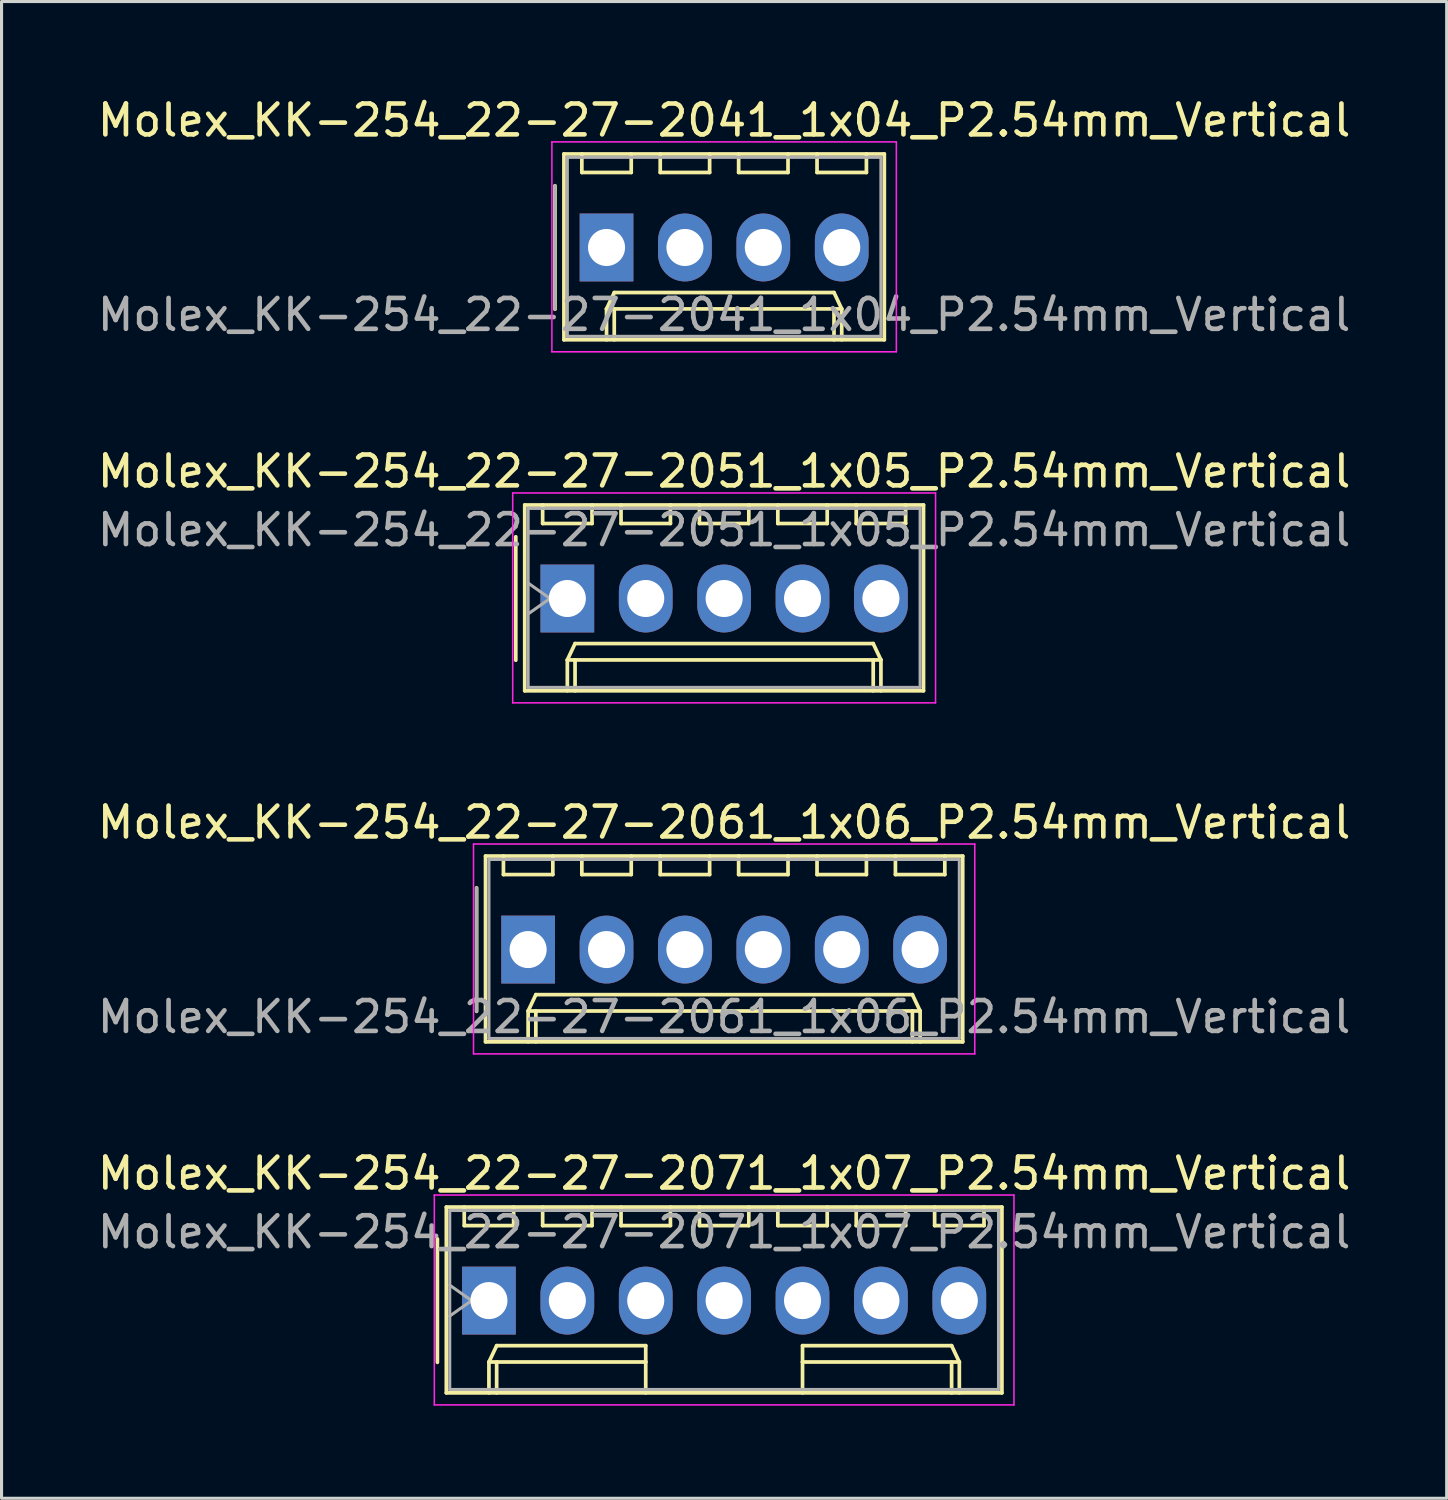
<source format=kicad_pcb>
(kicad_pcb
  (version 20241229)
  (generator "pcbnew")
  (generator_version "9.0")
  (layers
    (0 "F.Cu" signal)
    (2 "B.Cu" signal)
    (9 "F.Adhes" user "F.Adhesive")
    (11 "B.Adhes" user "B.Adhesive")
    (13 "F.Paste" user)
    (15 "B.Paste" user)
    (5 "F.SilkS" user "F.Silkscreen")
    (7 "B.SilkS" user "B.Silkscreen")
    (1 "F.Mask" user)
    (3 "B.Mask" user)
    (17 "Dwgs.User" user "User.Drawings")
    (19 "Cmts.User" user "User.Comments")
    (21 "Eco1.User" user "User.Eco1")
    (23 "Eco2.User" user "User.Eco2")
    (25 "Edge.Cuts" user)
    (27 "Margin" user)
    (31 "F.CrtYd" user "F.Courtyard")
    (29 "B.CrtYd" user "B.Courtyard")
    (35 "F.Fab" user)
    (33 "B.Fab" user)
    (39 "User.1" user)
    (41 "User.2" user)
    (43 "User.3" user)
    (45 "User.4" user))
  (footprint "Molex_KK-254_22-27-2071_1x07_P2.54mm_Vertical"
    (layer "F.Cu")
    (at 12.791 39.088)
    (property "Reference" "Molex_KK-254_22-27-2071_1x07_P2.54mm_Vertical" (at 7.62 -4.12 0) (layer "F.SilkS") (effects (font (size 1 1) (thickness 0.15))))
    (attr through_hole)
    (fp_line (start -1.67 -2) (end -1.67 2) (stroke (width 0.12) (type solid)) (layer "F.SilkS"))
    (fp_line (start -1.38 -3.03) (end -1.38 2.99) (stroke (width 0.12) (type solid)) (layer "F.SilkS"))
    (fp_line (start -1.38 2.99) (end 16.62 2.99) (stroke (width 0.12) (type solid)) (layer "F.SilkS"))
    (fp_line (start -0.8 -3.03) (end -0.8 -2.43) (stroke (width 0.12) (type solid)) (layer "F.SilkS"))
    (fp_line (start -0.8 -2.43) (end 0.8 -2.43) (stroke (width 0.12) (type solid)) (layer "F.SilkS"))
    (fp_line (start 0 1.99) (end 0.25 1.46) (stroke (width 0.12) (type solid)) (layer "F.SilkS"))
    (fp_line (start 0 1.99) (end 5.08 1.99) (stroke (width 0.12) (type solid)) (layer "F.SilkS"))
    (fp_line (start 0 2.99) (end 0 1.99) (stroke (width 0.12) (type solid)) (layer "F.SilkS"))
    (fp_line (start 0.25 1.46) (end 5.08 1.46) (stroke (width 0.12) (type solid)) (layer "F.SilkS"))
    (fp_line (start 0.25 2.99) (end 0.25 1.99) (stroke (width 0.12) (type solid)) (layer "F.SilkS"))
    (fp_line (start 0.8 -2.43) (end 0.8 -3.03) (stroke (width 0.12) (type solid)) (layer "F.SilkS"))
    (fp_line (start 1.74 -3.03) (end 1.74 -2.43) (stroke (width 0.12) (type solid)) (layer "F.SilkS"))
    (fp_line (start 1.74 -2.43) (end 3.34 -2.43) (stroke (width 0.12) (type solid)) (layer "F.SilkS"))
    (fp_line (start 3.34 -2.43) (end 3.34 -3.03) (stroke (width 0.12) (type solid)) (layer "F.SilkS"))
    (fp_line (start 4.28 -3.03) (end 4.28 -2.43) (stroke (width 0.12) (type solid)) (layer "F.SilkS"))
    (fp_line (start 4.28 -2.43) (end 5.88 -2.43) (stroke (width 0.12) (type solid)) (layer "F.SilkS"))
    (fp_line (start 5.08 1.46) (end 5.08 1.99) (stroke (width 0.12) (type solid)) (layer "F.SilkS"))
    (fp_line (start 5.08 1.99) (end 5.08 2.99) (stroke (width 0.12) (type solid)) (layer "F.SilkS"))
    (fp_line (start 5.88 -2.43) (end 5.88 -3.03) (stroke (width 0.12) (type solid)) (layer "F.SilkS"))
    (fp_line (start 6.82 -3.03) (end 6.82 -2.43) (stroke (width 0.12) (type solid)) (layer "F.SilkS"))
    (fp_line (start 6.82 -2.43) (end 8.42 -2.43) (stroke (width 0.12) (type solid)) (layer "F.SilkS"))
    (fp_line (start 8.42 -2.43) (end 8.42 -3.03) (stroke (width 0.12) (type solid)) (layer "F.SilkS"))
    (fp_line (start 9.36 -3.03) (end 9.36 -2.43) (stroke (width 0.12) (type solid)) (layer "F.SilkS"))
    (fp_line (start 9.36 -2.43) (end 10.96 -2.43) (stroke (width 0.12) (type solid)) (layer "F.SilkS"))
    (fp_line (start 10.16 1.46) (end 10.16 1.99) (stroke (width 0.12) (type solid)) (layer "F.SilkS"))
    (fp_line (start 10.16 1.99) (end 10.16 2.99) (stroke (width 0.12) (type solid)) (layer "F.SilkS"))
    (fp_line (start 10.96 -2.43) (end 10.96 -3.03) (stroke (width 0.12) (type solid)) (layer "F.SilkS"))
    (fp_line (start 11.9 -3.03) (end 11.9 -2.43) (stroke (width 0.12) (type solid)) (layer "F.SilkS"))
    (fp_line (start 11.9 -2.43) (end 13.5 -2.43) (stroke (width 0.12) (type solid)) (layer "F.SilkS"))
    (fp_line (start 13.5 -2.43) (end 13.5 -3.03) (stroke (width 0.12) (type solid)) (layer "F.SilkS"))
    (fp_line (start 14.44 -3.03) (end 14.44 -2.43) (stroke (width 0.12) (type solid)) (layer "F.SilkS"))
    (fp_line (start 14.44 -2.43) (end 16.04 -2.43) (stroke (width 0.12) (type solid)) (layer "F.SilkS"))
    (fp_line (start 14.99 1.46) (end 10.16 1.46) (stroke (width 0.12) (type solid)) (layer "F.SilkS"))
    (fp_line (start 14.99 2.99) (end 14.99 1.99) (stroke (width 0.12) (type solid)) (layer "F.SilkS"))
    (fp_line (start 15.24 1.99) (end 10.16 1.99) (stroke (width 0.12) (type solid)) (layer "F.SilkS"))
    (fp_line (start 15.24 1.99) (end 14.99 1.46) (stroke (width 0.12) (type solid)) (layer "F.SilkS"))
    (fp_line (start 15.24 2.99) (end 15.24 1.99) (stroke (width 0.12) (type solid)) (layer "F.SilkS"))
    (fp_line (start 16.04 -2.43) (end 16.04 -3.03) (stroke (width 0.12) (type solid)) (layer "F.SilkS"))
    (fp_line (start 16.62 -3.03) (end -1.38 -3.03) (stroke (width 0.12) (type solid)) (layer "F.SilkS"))
    (fp_line (start 16.62 2.99) (end 16.62 -3.03) (stroke (width 0.12) (type solid)) (layer "F.SilkS"))
    (fp_line (start -1.77 -3.42) (end -1.77 3.38) (stroke (width 0.05) (type solid)) (layer "F.CrtYd"))
    (fp_line (start -1.77 3.38) (end 17.01 3.38) (stroke (width 0.05) (type solid)) (layer "F.CrtYd"))
    (fp_line (start 17.01 -3.42) (end -1.77 -3.42) (stroke (width 0.05) (type solid)) (layer "F.CrtYd"))
    (fp_line (start 17.01 3.38) (end 17.01 -3.42) (stroke (width 0.05) (type solid)) (layer "F.CrtYd"))
    (fp_line (start -1.27 -2.92) (end -1.27 2.88) (stroke (width 0.1) (type solid)) (layer "F.Fab"))
    (fp_line (start -1.27 -0.5) (end -0.563 0) (stroke (width 0.1) (type solid)) (layer "F.Fab"))
    (fp_line (start -1.27 2.88) (end 16.51 2.88) (stroke (width 0.1) (type solid)) (layer "F.Fab"))
    (fp_line (start -0.563 0) (end -1.27 0.5) (stroke (width 0.1) (type solid)) (layer "F.Fab"))
    (fp_line (start 16.51 -2.92) (end -1.27 -2.92) (stroke (width 0.1) (type solid)) (layer "F.Fab"))
    (fp_line (start 16.51 2.88) (end 16.51 -2.92) (stroke (width 0.1) (type solid)) (layer "F.Fab"))
    (fp_text user "${REFERENCE}" (at 7.62 -2.22 0) (layer "F.Fab") (effects (font (size 1 1) (thickness 0.15))))
    (pad "1" thru_hole rect (at 0 0) (size 1.74 2.2) (drill 1.2) (layers "*.Cu" "*.Mask"))
    (pad "2" thru_hole oval (at 2.54 0) (size 1.74 2.2) (drill 1.2) (layers "*.Cu" "*.Mask"))
    (pad "3" thru_hole oval (at 5.08 0) (size 1.74 2.2) (drill 1.2) (layers "*.Cu" "*.Mask"))
    (pad "4" thru_hole oval (at 7.62 0) (size 1.74 2.2) (drill 1.2) (layers "*.Cu" "*.Mask"))
    (pad "5" thru_hole oval (at 10.16 0) (size 1.74 2.2) (drill 1.2) (layers "*.Cu" "*.Mask"))
    (pad "6" thru_hole oval (at 12.7 0) (size 1.74 2.2) (drill 1.2) (layers "*.Cu" "*.Mask"))
    (pad "7" thru_hole oval (at 15.24 0) (size 1.74 2.2) (drill 1.2) (layers "*.Cu" "*.Mask")))
  (footprint "Molex_KK-254_22-27-2061_1x06_P2.54mm_Vertical"
    (layer "F.Cu")
    (at 14.061 27.715)
    (property "Reference" "Molex_KK-254_22-27-2061_1x06_P2.54mm_Vertical" (at 6.35 -4.12 0) (layer "F.SilkS") (effects (font (size 1 1) (thickness 0.15))))
    (attr through_hole)
    (fp_line (start -1.67 -2) (end -1.67 2) (stroke (width 0.12) (type solid)) (layer "F.SilkS"))
    (fp_line (start -1.38 -3.03) (end -1.38 2.99) (stroke (width 0.12) (type solid)) (layer "F.SilkS"))
    (fp_line (start -1.38 2.99) (end 14.08 2.99) (stroke (width 0.12) (type solid)) (layer "F.SilkS"))
    (fp_line (start -0.8 -3.03) (end -0.8 -2.43) (stroke (width 0.12) (type solid)) (layer "F.SilkS"))
    (fp_line (start -0.8 -2.43) (end 0.8 -2.43) (stroke (width 0.12) (type solid)) (layer "F.SilkS"))
    (fp_line (start 0 1.99) (end 0.25 1.46) (stroke (width 0.12) (type solid)) (layer "F.SilkS"))
    (fp_line (start 0 1.99) (end 12.7 1.99) (stroke (width 0.12) (type solid)) (layer "F.SilkS"))
    (fp_line (start 0 2.99) (end 0 1.99) (stroke (width 0.12) (type solid)) (layer "F.SilkS"))
    (fp_line (start 0.25 1.46) (end 12.45 1.46) (stroke (width 0.12) (type solid)) (layer "F.SilkS"))
    (fp_line (start 0.25 2.99) (end 0.25 1.99) (stroke (width 0.12) (type solid)) (layer "F.SilkS"))
    (fp_line (start 0.8 -2.43) (end 0.8 -3.03) (stroke (width 0.12) (type solid)) (layer "F.SilkS"))
    (fp_line (start 1.74 -3.03) (end 1.74 -2.43) (stroke (width 0.12) (type solid)) (layer "F.SilkS"))
    (fp_line (start 1.74 -2.43) (end 3.34 -2.43) (stroke (width 0.12) (type solid)) (layer "F.SilkS"))
    (fp_line (start 3.34 -2.43) (end 3.34 -3.03) (stroke (width 0.12) (type solid)) (layer "F.SilkS"))
    (fp_line (start 4.28 -3.03) (end 4.28 -2.43) (stroke (width 0.12) (type solid)) (layer "F.SilkS"))
    (fp_line (start 4.28 -2.43) (end 5.88 -2.43) (stroke (width 0.12) (type solid)) (layer "F.SilkS"))
    (fp_line (start 5.88 -2.43) (end 5.88 -3.03) (stroke (width 0.12) (type solid)) (layer "F.SilkS"))
    (fp_line (start 6.82 -3.03) (end 6.82 -2.43) (stroke (width 0.12) (type solid)) (layer "F.SilkS"))
    (fp_line (start 6.82 -2.43) (end 8.42 -2.43) (stroke (width 0.12) (type solid)) (layer "F.SilkS"))
    (fp_line (start 8.42 -2.43) (end 8.42 -3.03) (stroke (width 0.12) (type solid)) (layer "F.SilkS"))
    (fp_line (start 9.36 -3.03) (end 9.36 -2.43) (stroke (width 0.12) (type solid)) (layer "F.SilkS"))
    (fp_line (start 9.36 -2.43) (end 10.96 -2.43) (stroke (width 0.12) (type solid)) (layer "F.SilkS"))
    (fp_line (start 10.96 -2.43) (end 10.96 -3.03) (stroke (width 0.12) (type solid)) (layer "F.SilkS"))
    (fp_line (start 11.9 -3.03) (end 11.9 -2.43) (stroke (width 0.12) (type solid)) (layer "F.SilkS"))
    (fp_line (start 11.9 -2.43) (end 13.5 -2.43) (stroke (width 0.12) (type solid)) (layer "F.SilkS"))
    (fp_line (start 12.45 1.46) (end 12.7 1.99) (stroke (width 0.12) (type solid)) (layer "F.SilkS"))
    (fp_line (start 12.45 2.99) (end 12.45 1.99) (stroke (width 0.12) (type solid)) (layer "F.SilkS"))
    (fp_line (start 12.7 1.99) (end 12.7 2.99) (stroke (width 0.12) (type solid)) (layer "F.SilkS"))
    (fp_line (start 13.5 -2.43) (end 13.5 -3.03) (stroke (width 0.12) (type solid)) (layer "F.SilkS"))
    (fp_line (start 14.08 -3.03) (end -1.38 -3.03) (stroke (width 0.12) (type solid)) (layer "F.SilkS"))
    (fp_line (start 14.08 2.99) (end 14.08 -3.03) (stroke (width 0.12) (type solid)) (layer "F.SilkS"))
    (fp_line (start -1.77 -3.42) (end -1.77 3.38) (stroke (width 0.05) (type solid)) (layer "F.CrtYd"))
    (fp_line (start -1.77 3.38) (end 14.47 3.38) (stroke (width 0.05) (type solid)) (layer "F.CrtYd"))
    (fp_line (start 14.47 -3.42) (end -1.77 -3.42) (stroke (width 0.05) (type solid)) (layer "F.CrtYd"))
    (fp_line (start 14.47 3.38) (end 14.47 -3.42) (stroke (width 0.05) (type solid)) (layer "F.CrtYd"))
    (fp_line (start -1.67 -2) (end -1.67 2) (stroke (width 0.1) (type solid)) (layer "F.Fab"))
    (fp_line (start -1.27 -2.92) (end -1.27 2.88) (stroke (width 0.1) (type solid)) (layer "F.Fab"))
    (fp_line (start -1.27 2.88) (end 13.97 2.88) (stroke (width 0.1) (type solid)) (layer "F.Fab"))
    (fp_line (start 13.97 -2.92) (end -1.27 -2.92) (stroke (width 0.1) (type solid)) (layer "F.Fab"))
    (fp_line (start 13.97 2.88) (end 13.97 -2.92) (stroke (width 0.1) (type solid)) (layer "F.Fab"))
    (fp_text user "${REFERENCE}" (at 6.35 2.18 0) (layer "F.Fab") (effects (font (size 1 1) (thickness 0.15))))
    (pad "1" thru_hole rect (at 0 0) (size 1.74 2.2) (drill 1.2) (layers "*.Cu" "*.Mask"))
    (pad "2" thru_hole oval (at 2.54 0) (size 1.74 2.2) (drill 1.2) (layers "*.Cu" "*.Mask"))
    (pad "3" thru_hole oval (at 5.08 0) (size 1.74 2.2) (drill 1.2) (layers "*.Cu" "*.Mask"))
    (pad "4" thru_hole oval (at 7.62 0) (size 1.74 2.2) (drill 1.2) (layers "*.Cu" "*.Mask"))
    (pad "5" thru_hole oval (at 10.16 0) (size 1.74 2.2) (drill 1.2) (layers "*.Cu" "*.Mask"))
    (pad "6" thru_hole oval (at 12.7 0) (size 1.74 2.2) (drill 1.2) (layers "*.Cu" "*.Mask")))
  (footprint "Molex_KK-254_22-27-2051_1x05_P2.54mm_Vertical"
    (layer "F.Cu")
    (at 15.331 16.341)
    (property "Reference" "Molex_KK-254_22-27-2051_1x05_P2.54mm_Vertical" (at 5.08 -4.12 0) (layer "F.SilkS") (effects (font (size 1 1) (thickness 0.15))))
    (attr through_hole)
    (fp_line (start -1.67 -2) (end -1.67 2) (stroke (width 0.12) (type solid)) (layer "F.SilkS"))
    (fp_line (start -1.38 -3.03) (end -1.38 2.99) (stroke (width 0.12) (type solid)) (layer "F.SilkS"))
    (fp_line (start -1.38 2.99) (end 11.54 2.99) (stroke (width 0.12) (type solid)) (layer "F.SilkS"))
    (fp_line (start -0.8 -3.03) (end -0.8 -2.43) (stroke (width 0.12) (type solid)) (layer "F.SilkS"))
    (fp_line (start -0.8 -2.43) (end 0.8 -2.43) (stroke (width 0.12) (type solid)) (layer "F.SilkS"))
    (fp_line (start 0 1.99) (end 0.25 1.46) (stroke (width 0.12) (type solid)) (layer "F.SilkS"))
    (fp_line (start 0 1.99) (end 10.16 1.99) (stroke (width 0.12) (type solid)) (layer "F.SilkS"))
    (fp_line (start 0 2.99) (end 0 1.99) (stroke (width 0.12) (type solid)) (layer "F.SilkS"))
    (fp_line (start 0.25 1.46) (end 9.91 1.46) (stroke (width 0.12) (type solid)) (layer "F.SilkS"))
    (fp_line (start 0.25 2.99) (end 0.25 1.99) (stroke (width 0.12) (type solid)) (layer "F.SilkS"))
    (fp_line (start 0.8 -2.43) (end 0.8 -3.03) (stroke (width 0.12) (type solid)) (layer "F.SilkS"))
    (fp_line (start 1.74 -3.03) (end 1.74 -2.43) (stroke (width 0.12) (type solid)) (layer "F.SilkS"))
    (fp_line (start 1.74 -2.43) (end 3.34 -2.43) (stroke (width 0.12) (type solid)) (layer "F.SilkS"))
    (fp_line (start 3.34 -2.43) (end 3.34 -3.03) (stroke (width 0.12) (type solid)) (layer "F.SilkS"))
    (fp_line (start 4.28 -3.03) (end 4.28 -2.43) (stroke (width 0.12) (type solid)) (layer "F.SilkS"))
    (fp_line (start 4.28 -2.43) (end 5.88 -2.43) (stroke (width 0.12) (type solid)) (layer "F.SilkS"))
    (fp_line (start 5.88 -2.43) (end 5.88 -3.03) (stroke (width 0.12) (type solid)) (layer "F.SilkS"))
    (fp_line (start 6.82 -3.03) (end 6.82 -2.43) (stroke (width 0.12) (type solid)) (layer "F.SilkS"))
    (fp_line (start 6.82 -2.43) (end 8.42 -2.43) (stroke (width 0.12) (type solid)) (layer "F.SilkS"))
    (fp_line (start 8.42 -2.43) (end 8.42 -3.03) (stroke (width 0.12) (type solid)) (layer "F.SilkS"))
    (fp_line (start 9.36 -3.03) (end 9.36 -2.43) (stroke (width 0.12) (type solid)) (layer "F.SilkS"))
    (fp_line (start 9.36 -2.43) (end 10.96 -2.43) (stroke (width 0.12) (type solid)) (layer "F.SilkS"))
    (fp_line (start 9.91 1.46) (end 10.16 1.99) (stroke (width 0.12) (type solid)) (layer "F.SilkS"))
    (fp_line (start 9.91 2.99) (end 9.91 1.99) (stroke (width 0.12) (type solid)) (layer "F.SilkS"))
    (fp_line (start 10.16 1.99) (end 10.16 2.99) (stroke (width 0.12) (type solid)) (layer "F.SilkS"))
    (fp_line (start 10.96 -2.43) (end 10.96 -3.03) (stroke (width 0.12) (type solid)) (layer "F.SilkS"))
    (fp_line (start 11.54 -3.03) (end -1.38 -3.03) (stroke (width 0.12) (type solid)) (layer "F.SilkS"))
    (fp_line (start 11.54 2.99) (end 11.54 -3.03) (stroke (width 0.12) (type solid)) (layer "F.SilkS"))
    (fp_line (start -1.77 -3.42) (end -1.77 3.38) (stroke (width 0.05) (type solid)) (layer "F.CrtYd"))
    (fp_line (start -1.77 3.38) (end 11.93 3.38) (stroke (width 0.05) (type solid)) (layer "F.CrtYd"))
    (fp_line (start 11.93 -3.42) (end -1.77 -3.42) (stroke (width 0.05) (type solid)) (layer "F.CrtYd"))
    (fp_line (start 11.93 3.38) (end 11.93 -3.42) (stroke (width 0.05) (type solid)) (layer "F.CrtYd"))
    (fp_line (start -1.27 -2.92) (end -1.27 2.88) (stroke (width 0.1) (type solid)) (layer "F.Fab"))
    (fp_line (start -1.27 -0.5) (end -0.563 0) (stroke (width 0.1) (type solid)) (layer "F.Fab"))
    (fp_line (start -1.27 2.88) (end 11.43 2.88) (stroke (width 0.1) (type solid)) (layer "F.Fab"))
    (fp_line (start -0.563 0) (end -1.27 0.5) (stroke (width 0.1) (type solid)) (layer "F.Fab"))
    (fp_line (start 11.43 -2.92) (end -1.27 -2.92) (stroke (width 0.1) (type solid)) (layer "F.Fab"))
    (fp_line (start 11.43 2.88) (end 11.43 -2.92) (stroke (width 0.1) (type solid)) (layer "F.Fab"))
    (fp_text user "${REFERENCE}" (at 5.08 -2.22 0) (layer "F.Fab") (effects (font (size 1 1) (thickness 0.15))))
    (pad "1" thru_hole rect (at 0 0) (size 1.74 2.2) (drill 1.2) (layers "*.Cu" "*.Mask"))
    (pad "2" thru_hole oval (at 2.54 0) (size 1.74 2.2) (drill 1.2) (layers "*.Cu" "*.Mask"))
    (pad "3" thru_hole oval (at 5.08 0) (size 1.74 2.2) (drill 1.2) (layers "*.Cu" "*.Mask"))
    (pad "4" thru_hole oval (at 7.62 0) (size 1.74 2.2) (drill 1.2) (layers "*.Cu" "*.Mask"))
    (pad "5" thru_hole oval (at 10.16 0) (size 1.74 2.2) (drill 1.2) (layers "*.Cu" "*.Mask")))
  (footprint "Molex_KK-254_22-27-2041_1x04_P2.54mm_Vertical"
    (layer "F.Cu")
    (at 16.601 4.968)
    (property "Reference" "Molex_KK-254_22-27-2041_1x04_P2.54mm_Vertical" (at 3.81 -4.12 0) (layer "F.SilkS") (effects (font (size 1 1) (thickness 0.15))))
    (attr through_hole)
    (fp_line (start -1.67 -2) (end -1.67 2) (stroke (width 0.12) (type solid)) (layer "F.SilkS"))
    (fp_line (start -1.38 -3.03) (end -1.38 2.99) (stroke (width 0.12) (type solid)) (layer "F.SilkS"))
    (fp_line (start -1.38 2.99) (end 9 2.99) (stroke (width 0.12) (type solid)) (layer "F.SilkS"))
    (fp_line (start -0.8 -3.03) (end -0.8 -2.43) (stroke (width 0.12) (type solid)) (layer "F.SilkS"))
    (fp_line (start -0.8 -2.43) (end 0.8 -2.43) (stroke (width 0.12) (type solid)) (layer "F.SilkS"))
    (fp_line (start 0 1.99) (end 0.25 1.46) (stroke (width 0.12) (type solid)) (layer "F.SilkS"))
    (fp_line (start 0 1.99) (end 7.62 1.99) (stroke (width 0.12) (type solid)) (layer "F.SilkS"))
    (fp_line (start 0 2.99) (end 0 1.99) (stroke (width 0.12) (type solid)) (layer "F.SilkS"))
    (fp_line (start 0.25 1.46) (end 7.37 1.46) (stroke (width 0.12) (type solid)) (layer "F.SilkS"))
    (fp_line (start 0.25 2.99) (end 0.25 1.99) (stroke (width 0.12) (type solid)) (layer "F.SilkS"))
    (fp_line (start 0.8 -2.43) (end 0.8 -3.03) (stroke (width 0.12) (type solid)) (layer "F.SilkS"))
    (fp_line (start 1.74 -3.03) (end 1.74 -2.43) (stroke (width 0.12) (type solid)) (layer "F.SilkS"))
    (fp_line (start 1.74 -2.43) (end 3.34 -2.43) (stroke (width 0.12) (type solid)) (layer "F.SilkS"))
    (fp_line (start 3.34 -2.43) (end 3.34 -3.03) (stroke (width 0.12) (type solid)) (layer "F.SilkS"))
    (fp_line (start 4.28 -3.03) (end 4.28 -2.43) (stroke (width 0.12) (type solid)) (layer "F.SilkS"))
    (fp_line (start 4.28 -2.43) (end 5.88 -2.43) (stroke (width 0.12) (type solid)) (layer "F.SilkS"))
    (fp_line (start 5.88 -2.43) (end 5.88 -3.03) (stroke (width 0.12) (type solid)) (layer "F.SilkS"))
    (fp_line (start 6.82 -3.03) (end 6.82 -2.43) (stroke (width 0.12) (type solid)) (layer "F.SilkS"))
    (fp_line (start 6.82 -2.43) (end 8.42 -2.43) (stroke (width 0.12) (type solid)) (layer "F.SilkS"))
    (fp_line (start 7.37 1.46) (end 7.62 1.99) (stroke (width 0.12) (type solid)) (layer "F.SilkS"))
    (fp_line (start 7.37 2.99) (end 7.37 1.99) (stroke (width 0.12) (type solid)) (layer "F.SilkS"))
    (fp_line (start 7.62 1.99) (end 7.62 2.99) (stroke (width 0.12) (type solid)) (layer "F.SilkS"))
    (fp_line (start 8.42 -2.43) (end 8.42 -3.03) (stroke (width 0.12) (type solid)) (layer "F.SilkS"))
    (fp_line (start 9 -3.03) (end -1.38 -3.03) (stroke (width 0.12) (type solid)) (layer "F.SilkS"))
    (fp_line (start 9 2.99) (end 9 -3.03) (stroke (width 0.12) (type solid)) (layer "F.SilkS"))
    (fp_line (start -1.77 -3.42) (end -1.77 3.38) (stroke (width 0.05) (type solid)) (layer "F.CrtYd"))
    (fp_line (start -1.77 3.38) (end 9.39 3.38) (stroke (width 0.05) (type solid)) (layer "F.CrtYd"))
    (fp_line (start 9.39 -3.42) (end -1.77 -3.42) (stroke (width 0.05) (type solid)) (layer "F.CrtYd"))
    (fp_line (start 9.39 3.38) (end 9.39 -3.42) (stroke (width 0.05) (type solid)) (layer "F.CrtYd"))
    (fp_line (start -1.67 -2) (end -1.67 2) (stroke (width 0.1) (type solid)) (layer "F.Fab"))
    (fp_line (start -1.27 -2.92) (end -1.27 2.88) (stroke (width 0.1) (type solid)) (layer "F.Fab"))
    (fp_line (start -1.27 2.88) (end 8.89 2.88) (stroke (width 0.1) (type solid)) (layer "F.Fab"))
    (fp_line (start 8.89 -2.92) (end -1.27 -2.92) (stroke (width 0.1) (type solid)) (layer "F.Fab"))
    (fp_line (start 8.89 2.88) (end 8.89 -2.92) (stroke (width 0.1) (type solid)) (layer "F.Fab"))
    (fp_text user "${REFERENCE}" (at 3.81 2.18 0) (layer "F.Fab") (effects (font (size 1 1) (thickness 0.15))))
    (pad "1" thru_hole rect (at 0 0) (size 1.74 2.2) (drill 1.2) (layers "*.Cu" "*.Mask"))
    (pad "2" thru_hole oval (at 2.54 0) (size 1.74 2.2) (drill 1.2) (layers "*.Cu" "*.Mask"))
    (pad "3" thru_hole oval (at 5.08 0) (size 1.74 2.2) (drill 1.2) (layers "*.Cu" "*.Mask"))
    (pad "4" thru_hole oval (at 7.62 0) (size 1.74 2.2) (drill 1.2) (layers "*.Cu" "*.Mask")))
  (gr_rect
    (start -3 -3)
    (end 43.821 45.493)
    (stroke (width 0.1) (type default))
    (fill no)
    (layer "Edge.Cuts")))
</source>
